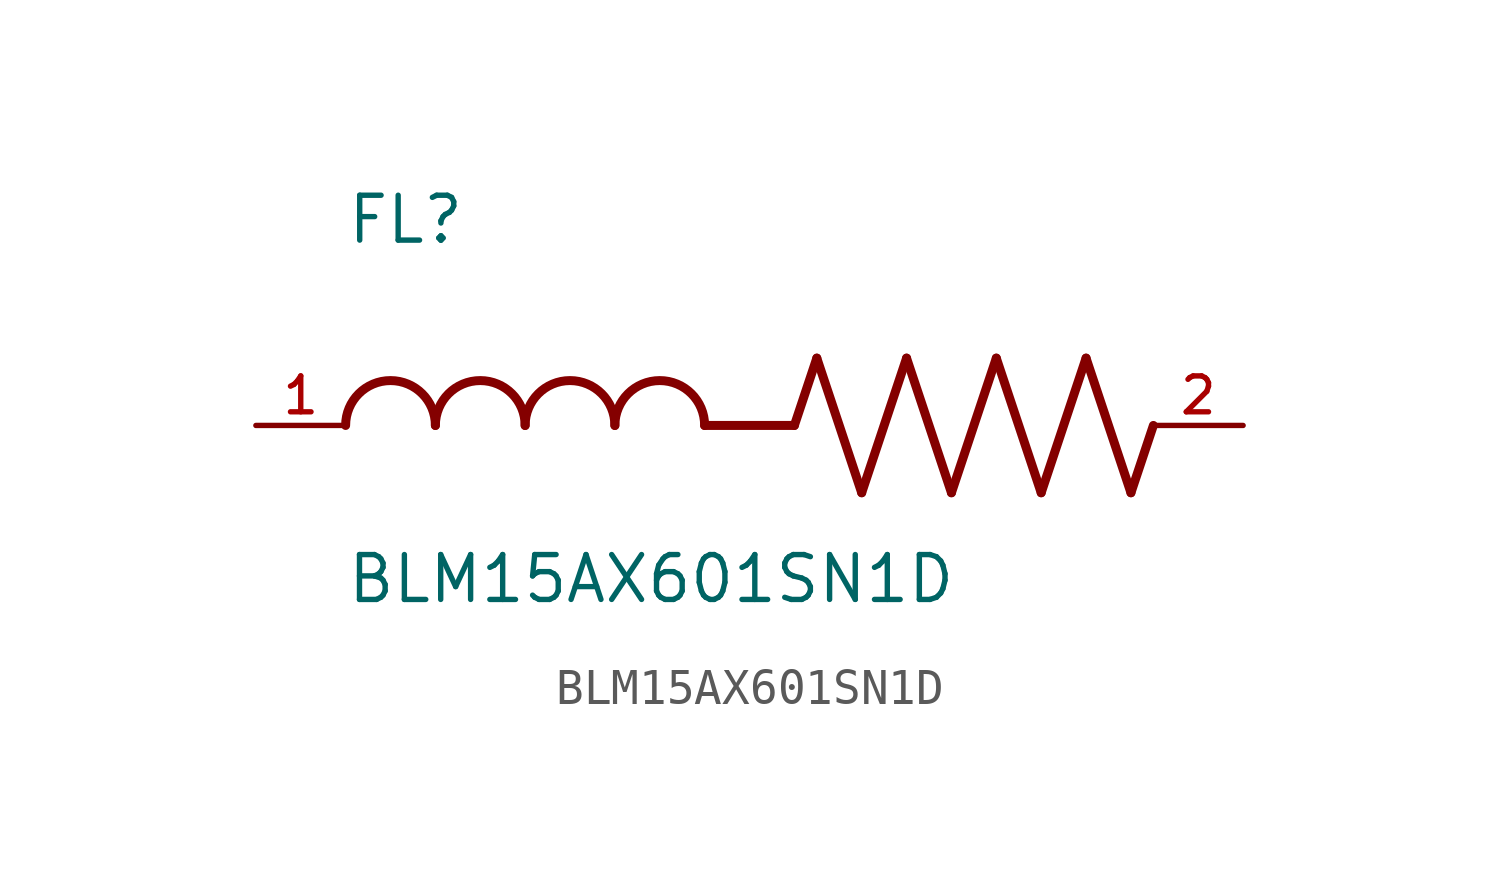
<source format=kicad_sym>
(kicad_symbol_lib
  (version 20241209)
  (generator "kicad_symbol_editor")
  (generator_version "9.0")
  (symbol "BLM15AX601SN1D"
    (pin_names
      (offset 1.016))
    (property "Reference" "FL"
      (at -12.704 5.082 0)
      (effects (font (size 1.27 1.27)) (justify left bottom)))
    (property "Value" "BLM15AX601SN1D"
      (at -12.71 -5.087 0)
      (effects (font (size 1.27 1.27)) (justify left bottom)))
    (symbol "BLM15AX601SN1D_0_0"
      (arc (start -12.7 0) (mid -11.43 1.2645) (end -10.16 0) (stroke (width 0.254) (type default)) (fill (type none)))
      (arc (start -10.16 0) (mid -8.89 1.2645) (end -7.62 0) (stroke (width 0.254) (type default)) (fill (type none)))
      (arc (start -7.62 0) (mid -6.35 1.2645) (end -5.08 0) (stroke (width 0.254) (type default)) (fill (type none)))
      (arc (start -5.08 0) (mid -3.81 1.2645) (end -2.54 0) (stroke (width 0.254) (type default)) (fill (type none)))
      (polyline (pts (xy 0 0) (xy -2.54 0)) (stroke (width 0.254) (type default)) (fill (type none)))
      (polyline (pts (xy 0 0) (xy 0.635 1.905)) (stroke (width 0.254) (type default)) (fill (type none)))
      (polyline (pts (xy 0.635 1.905) (xy 1.905 -1.905)) (stroke (width 0.254) (type default)) (fill (type none)))
      (polyline (pts (xy 1.905 -1.905) (xy 3.175 1.905)) (stroke (width 0.254) (type default)) (fill (type none)))
      (polyline (pts (xy 3.175 1.905) (xy 4.445 -1.905)) (stroke (width 0.254) (type default)) (fill (type none)))
      (polyline (pts (xy 4.445 -1.905) (xy 5.715 1.905)) (stroke (width 0.254) (type default)) (fill (type none)))
      (polyline (pts (xy 5.715 1.905) (xy 6.985 -1.905)) (stroke (width 0.254) (type default)) (fill (type none)))
      (polyline (pts (xy 6.985 -1.905) (xy 8.255 1.905)) (stroke (width 0.254) (type default)) (fill (type none)))
      (polyline (pts (xy 8.255 1.905) (xy 9.525 -1.905)) (stroke (width 0.254) (type default)) (fill (type none)))
      (polyline (pts (xy 9.525 -1.905) (xy 10.16 0)) (stroke (width 0.254) (type default)) (fill (type none)))
      (pin passive line (at -15.24 0 0) (length 2.54) (name "~" (effects (font (size 1.016 1.016)))) (number "1" (effects (font (size 1.016 1.016)))))
      (pin passive line (at 12.7 0 180) (length 2.54) (name "~" (effects (font (size 1.016 1.016)))) (number "2" (effects (font (size 1.016 1.016))))))))
</source>
